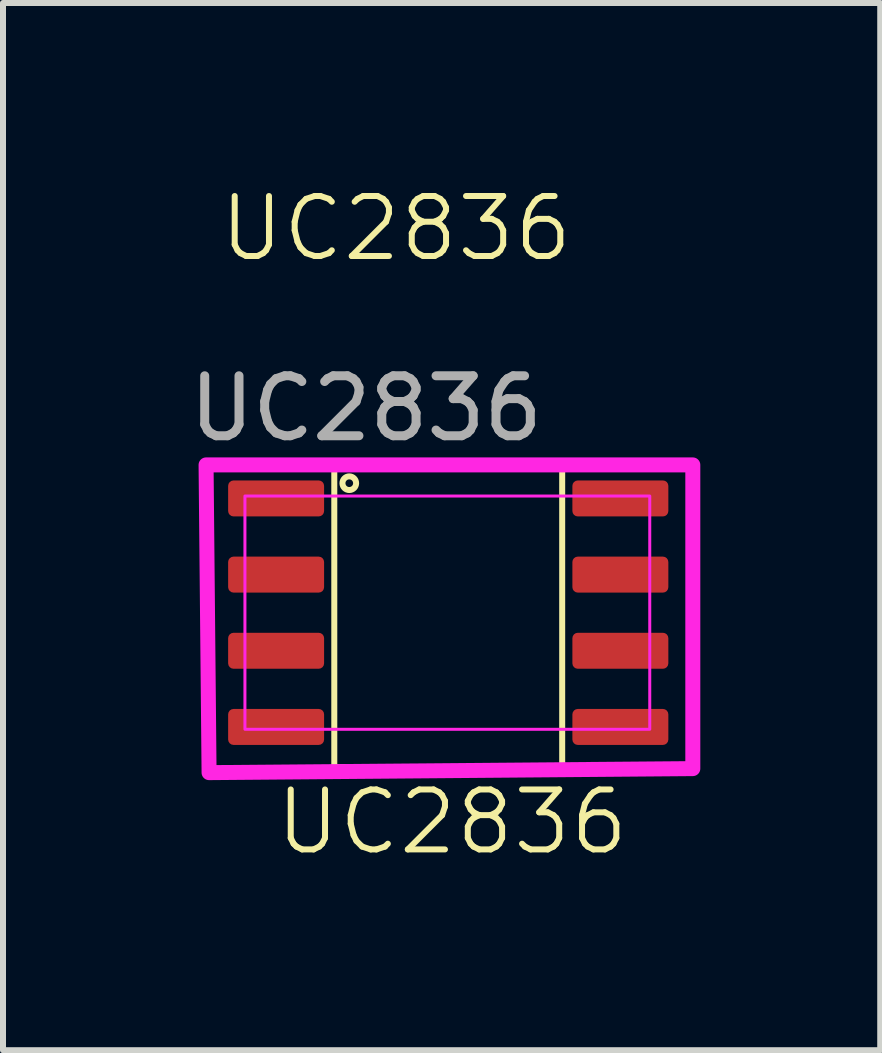
<source format=kicad_pcb>
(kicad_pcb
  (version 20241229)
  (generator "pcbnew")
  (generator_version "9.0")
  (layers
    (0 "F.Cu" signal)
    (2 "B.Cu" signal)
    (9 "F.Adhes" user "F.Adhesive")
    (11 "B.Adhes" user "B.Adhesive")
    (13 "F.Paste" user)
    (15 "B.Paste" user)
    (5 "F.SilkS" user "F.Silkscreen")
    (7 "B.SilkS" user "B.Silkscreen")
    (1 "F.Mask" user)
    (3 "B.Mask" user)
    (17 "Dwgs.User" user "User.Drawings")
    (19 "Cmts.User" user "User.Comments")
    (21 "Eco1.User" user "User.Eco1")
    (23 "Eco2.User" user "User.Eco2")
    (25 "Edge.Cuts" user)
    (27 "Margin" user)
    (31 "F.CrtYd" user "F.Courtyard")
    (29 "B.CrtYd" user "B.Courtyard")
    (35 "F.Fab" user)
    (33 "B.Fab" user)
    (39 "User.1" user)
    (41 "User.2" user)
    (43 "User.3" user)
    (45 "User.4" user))
  (footprint "UC2836"
    (layer "F.Cu")
    (at 1.554 5.261)
    (property "Reference" "UC2836" (at 2 -4.5 0) (unlocked yes) (layer "F.SilkS") (effects (font (size 1 1) (thickness 0.1))))
    (attr smd)
    (fp_rect (start 0.97 -0.52) (end 4.77 4.48) (stroke (width 0.1) (type default)) (fill no) (layer "F.SilkS"))
    (fp_circle (center 1.22 -0.254) (end 1.33 -0.224) (stroke (width 0.1) (type default)) (fill no) (layer "F.SilkS"))
    (fp_rect (start -0.52 -0.04) (end 6.23 3.849) (stroke (width 0.05) (type solid)) (fill no) (layer "F.CrtYd"))
    (fp_poly (pts (xy 6.948 4.505) (xy 6.948 -0.559) (xy -1.168 -0.559) (xy -1.118 4.572)) (stroke (width 0.25) (type solid)) (fill no) (layer "F.CrtYd"))
    (fp_text user "UC2836" (at -0.06 5.98 0) (unlocked yes) (layer "F.SilkS") (effects (font (size 1 1) (thickness 0.1)) (justify left bottom)))
    (fp_text user "${REFERENCE}" (at 1.5 -1.5 0) (unlocked yes) (layer "F.Fab") (effects (font (size 1 1) (thickness 0.15))))
    (pad "1" smd roundrect (at 0 0 90) (size 0.6 1.6) (layers "F.Cu" "F.Mask" "F.Paste") (roundrect_rratio 0.15))
    (pad "2" smd roundrect (at 0 1.27 90) (size 0.6 1.6) (layers "F.Cu" "F.Mask" "F.Paste") (roundrect_rratio 0.15))
    (pad "3" smd roundrect (at 0 2.54 90) (size 0.6 1.6) (layers "F.Cu" "F.Mask" "F.Paste") (roundrect_rratio 0.15))
    (pad "4" smd roundrect (at 0 3.81 90) (size 0.6 1.6) (layers "F.Cu" "F.Mask" "F.Paste") (roundrect_rratio 0.15))
    (pad "5" smd roundrect (at 5.74 0 90) (size 0.6 1.6) (layers "F.Cu" "F.Mask" "F.Paste") (roundrect_rratio 0.15))
    (pad "6" smd roundrect (at 5.74 1.27 90) (size 0.6 1.6) (layers "F.Cu" "F.Mask" "F.Paste") (roundrect_rratio 0.15))
    (pad "7" smd roundrect (at 5.74 2.54 90) (size 0.6 1.6) (layers "F.Cu" "F.Mask" "F.Paste" "Eco2.User") (roundrect_rratio 0.15))
    (pad "8" smd roundrect (at 5.74 3.81 90) (size 0.6 1.6) (layers "F.Cu" "F.Mask" "F.Paste") (roundrect_rratio 0.15)))
  (gr_rect
    (start -3 -3)
    (end 11.627 14.461)
    (stroke (width 0.1) (type default))
    (fill no)
    (layer "Edge.Cuts")))
</source>
